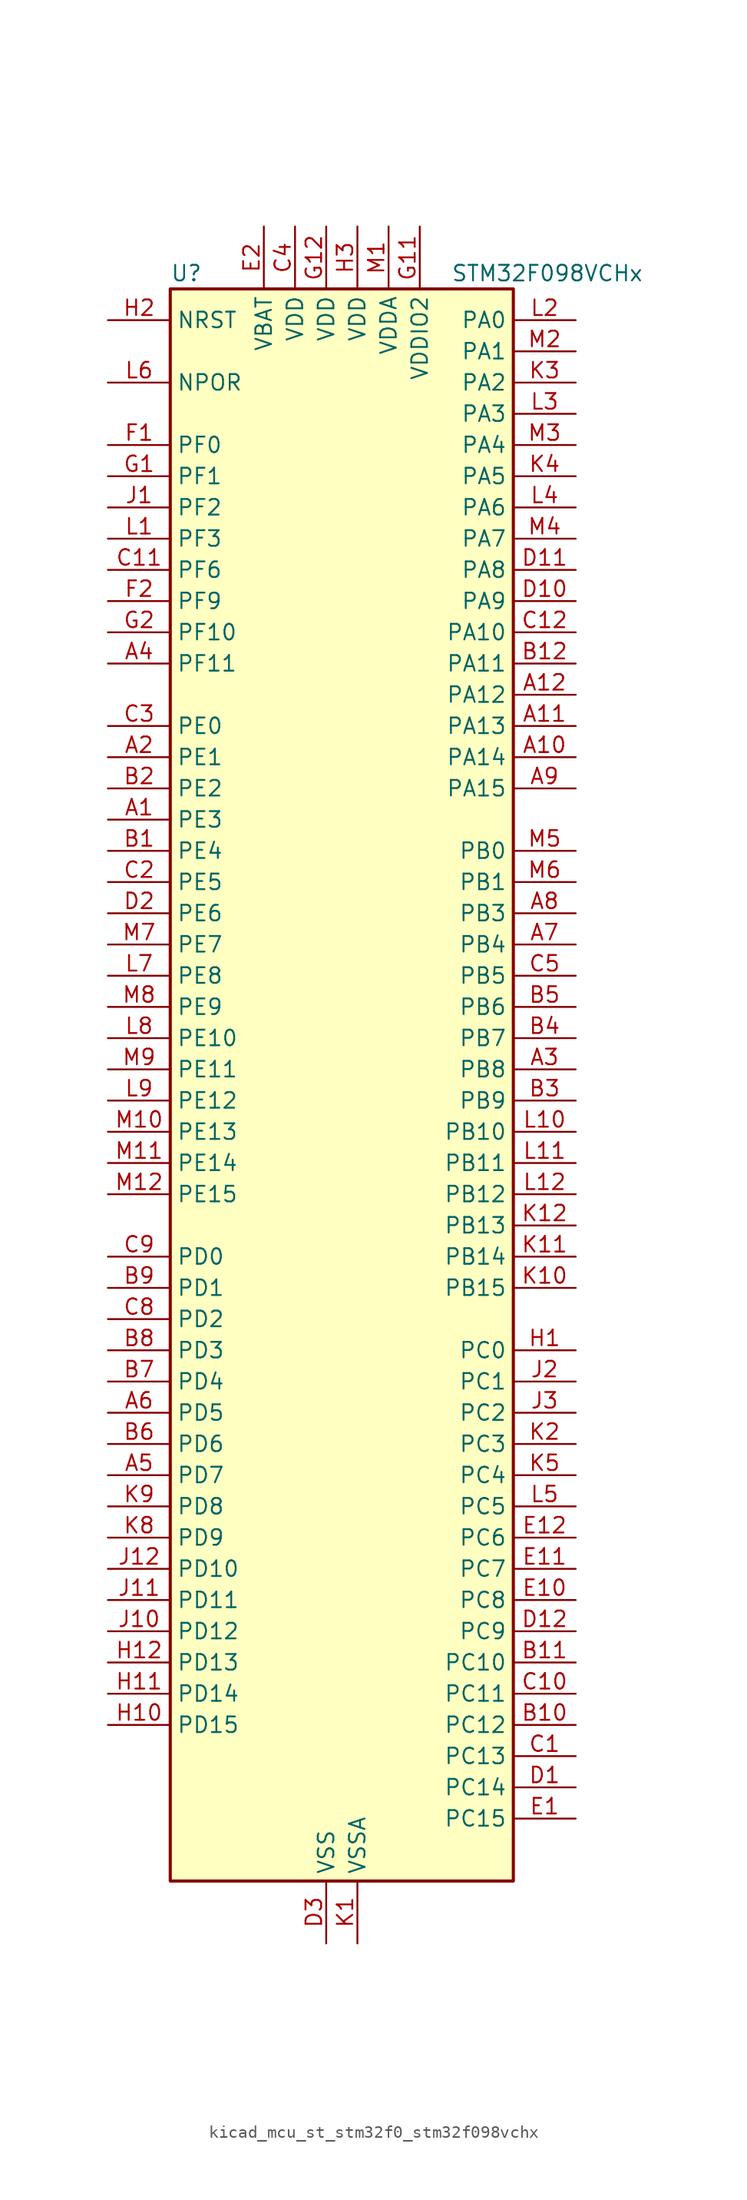
<source format=kicad_sym>
(kicad_symbol_lib
  (version 20220914)
  (generator kicad_symbol_editor)
  (symbol "kicad_mcu_st_stm32f0_stm32f098vchx"
    (property "Reference" "U"
      (at -12.7 67.31 0)
      (effects (font (size 1.27 1.27)) (justify left)))
    (property "Value" "STM32F098VCHx"
      (at 10.16 67.31 0)
      (effects (font (size 1.27 1.27)) (justify left)))
    (property "ki_locked" ""
      (at 0 0 0)
      (effects (font (size 1.27 1.27))))
    (symbol "kicad_mcu_st_stm32f0_stm32f098vchx_0_1"
      (rectangle (start -12.7 -63.5) (end 15.24 66.04) (stroke (width 0.254) (type default)) (fill (type background))))
    (symbol "kicad_mcu_st_stm32f0_stm32f098vchx_1_1"
      (pin bidirectional line (at -17.78 22.86 0) (length 5.08) (name "PE3" (effects (font (size 1.27 1.27)))) (number "A1" (effects (font (size 1.27 1.27)))) (alternate "TIM3_CH1" bidirectional line) (alternate "TSC_G7_IO2" bidirectional line))
      (pin bidirectional line (at 20.32 27.94 180) (length 5.08) (name "PA14" (effects (font (size 1.27 1.27)))) (number "A10" (effects (font (size 1.27 1.27)))) (alternate "SYS_SWCLK" bidirectional line) (alternate "USART2_TX" bidirectional line))
      (pin bidirectional line (at 20.32 30.48 180) (length 5.08) (name "PA13" (effects (font (size 1.27 1.27)))) (number "A11" (effects (font (size 1.27 1.27)))) (alternate "IR_OUT" bidirectional line) (alternate "SYS_SWDIO" bidirectional line))
      (pin bidirectional line (at 20.32 33.02 180) (length 5.08) (name "PA12" (effects (font (size 1.27 1.27)))) (number "A12" (effects (font (size 1.27 1.27)))) (alternate "CAN_TX" bidirectional line) (alternate "COMP2_OUT" bidirectional line) (alternate "I2C2_SDA" bidirectional line) (alternate "TIM1_ETR" bidirectional line) (alternate "TSC_G4_IO4" bidirectional line) (alternate "USART1_DE" bidirectional line) (alternate "USART1_RTS" bidirectional line))
      (pin bidirectional line (at -17.78 27.94 0) (length 5.08) (name "PE1" (effects (font (size 1.27 1.27)))) (number "A2" (effects (font (size 1.27 1.27)))) (alternate "TIM17_CH1" bidirectional line))
      (pin bidirectional line (at 20.32 2.54 180) (length 5.08) (name "PB8" (effects (font (size 1.27 1.27)))) (number "A3" (effects (font (size 1.27 1.27)))) (alternate "CAN_RX" bidirectional line) (alternate "CEC" bidirectional line) (alternate "I2C1_SCL" bidirectional line) (alternate "TIM16_CH1" bidirectional line) (alternate "TSC_SYNC" bidirectional line))
      (pin bidirectional line (at -17.78 35.56 0) (length 5.08) (name "PF11" (effects (font (size 1.27 1.27)))) (number "A4" (effects (font (size 1.27 1.27)))))
      (pin bidirectional line (at -17.78 -30.48 0) (length 5.08) (name "PD7" (effects (font (size 1.27 1.27)))) (number "A5" (effects (font (size 1.27 1.27)))) (alternate "USART2_CK" bidirectional line))
      (pin bidirectional line (at -17.78 -25.4 0) (length 5.08) (name "PD5" (effects (font (size 1.27 1.27)))) (number "A6" (effects (font (size 1.27 1.27)))) (alternate "USART2_TX" bidirectional line))
      (pin bidirectional line (at 20.32 12.7 180) (length 5.08) (name "PB4" (effects (font (size 1.27 1.27)))) (number "A7" (effects (font (size 1.27 1.27)))) (alternate "I2S1_MCK" bidirectional line) (alternate "SPI1_MISO" bidirectional line) (alternate "TIM17_BKIN" bidirectional line) (alternate "TIM3_CH1" bidirectional line) (alternate "TSC_G5_IO2" bidirectional line) (alternate "USART5_RX" bidirectional line))
      (pin bidirectional line (at 20.32 15.24 180) (length 5.08) (name "PB3" (effects (font (size 1.27 1.27)))) (number "A8" (effects (font (size 1.27 1.27)))) (alternate "I2S1_CK" bidirectional line) (alternate "SPI1_SCK" bidirectional line) (alternate "TIM2_CH2" bidirectional line) (alternate "TSC_G5_IO1" bidirectional line) (alternate "USART5_TX" bidirectional line))
      (pin bidirectional line (at 20.32 25.4 180) (length 5.08) (name "PA15" (effects (font (size 1.27 1.27)))) (number "A9" (effects (font (size 1.27 1.27)))) (alternate "I2S1_WS" bidirectional line) (alternate "SPI1_NSS" bidirectional line) (alternate "TIM2_CH1" bidirectional line) (alternate "TIM2_ETR" bidirectional line) (alternate "USART2_RX" bidirectional line) (alternate "USART4_DE" bidirectional line) (alternate "USART4_RTS" bidirectional line))
      (pin bidirectional line (at -17.78 20.32 0) (length 5.08) (name "PE4" (effects (font (size 1.27 1.27)))) (number "B1" (effects (font (size 1.27 1.27)))) (alternate "TIM3_CH2" bidirectional line) (alternate "TSC_G7_IO3" bidirectional line))
      (pin bidirectional line (at 20.32 -50.8 180) (length 5.08) (name "PC12" (effects (font (size 1.27 1.27)))) (number "B10" (effects (font (size 1.27 1.27)))) (alternate "USART3_CK" bidirectional line) (alternate "USART4_CK" bidirectional line) (alternate "USART5_TX" bidirectional line))
      (pin bidirectional line (at 20.32 -45.72 180) (length 5.08) (name "PC10" (effects (font (size 1.27 1.27)))) (number "B11" (effects (font (size 1.27 1.27)))) (alternate "USART3_TX" bidirectional line) (alternate "USART4_TX" bidirectional line))
      (pin bidirectional line (at 20.32 35.56 180) (length 5.08) (name "PA11" (effects (font (size 1.27 1.27)))) (number "B12" (effects (font (size 1.27 1.27)))) (alternate "CAN_RX" bidirectional line) (alternate "COMP1_OUT" bidirectional line) (alternate "I2C2_SCL" bidirectional line) (alternate "TIM1_CH4" bidirectional line) (alternate "TSC_G4_IO3" bidirectional line) (alternate "USART1_CTS" bidirectional line))
      (pin bidirectional line (at -17.78 25.4 0) (length 5.08) (name "PE2" (effects (font (size 1.27 1.27)))) (number "B2" (effects (font (size 1.27 1.27)))) (alternate "TIM3_ETR" bidirectional line) (alternate "TSC_G7_IO1" bidirectional line))
      (pin bidirectional line (at 20.32 0 180) (length 5.08) (name "PB9" (effects (font (size 1.27 1.27)))) (number "B3" (effects (font (size 1.27 1.27)))) (alternate "CAN_TX" bidirectional line) (alternate "DAC_EXTI9" bidirectional line) (alternate "I2C1_SDA" bidirectional line) (alternate "I2S2_WS" bidirectional line) (alternate "IR_OUT" bidirectional line) (alternate "SPI2_NSS" bidirectional line) (alternate "TIM17_CH1" bidirectional line))
      (pin bidirectional line (at 20.32 5.08 180) (length 5.08) (name "PB7" (effects (font (size 1.27 1.27)))) (number "B4" (effects (font (size 1.27 1.27)))) (alternate "I2C1_SDA" bidirectional line) (alternate "TIM17_CH1N" bidirectional line) (alternate "TSC_G5_IO4" bidirectional line) (alternate "USART1_RX" bidirectional line) (alternate "USART4_CTS" bidirectional line))
      (pin bidirectional line (at 20.32 7.62 180) (length 5.08) (name "PB6" (effects (font (size 1.27 1.27)))) (number "B5" (effects (font (size 1.27 1.27)))) (alternate "I2C1_SCL" bidirectional line) (alternate "TIM16_CH1N" bidirectional line) (alternate "TSC_G5_IO3" bidirectional line) (alternate "USART1_TX" bidirectional line))
      (pin bidirectional line (at -17.78 -27.94 0) (length 5.08) (name "PD6" (effects (font (size 1.27 1.27)))) (number "B6" (effects (font (size 1.27 1.27)))) (alternate "USART2_RX" bidirectional line))
      (pin bidirectional line (at -17.78 -22.86 0) (length 5.08) (name "PD4" (effects (font (size 1.27 1.27)))) (number "B7" (effects (font (size 1.27 1.27)))) (alternate "I2S2_SD" bidirectional line) (alternate "SPI2_MOSI" bidirectional line) (alternate "USART2_DE" bidirectional line) (alternate "USART2_RTS" bidirectional line))
      (pin bidirectional line (at -17.78 -20.32 0) (length 5.08) (name "PD3" (effects (font (size 1.27 1.27)))) (number "B8" (effects (font (size 1.27 1.27)))) (alternate "I2S2_MCK" bidirectional line) (alternate "SPI2_MISO" bidirectional line) (alternate "USART2_CTS" bidirectional line))
      (pin bidirectional line (at -17.78 -15.24 0) (length 5.08) (name "PD1" (effects (font (size 1.27 1.27)))) (number "B9" (effects (font (size 1.27 1.27)))) (alternate "CAN_TX" bidirectional line) (alternate "I2S2_CK" bidirectional line) (alternate "SPI2_SCK" bidirectional line))
      (pin bidirectional line (at 20.32 -53.34 180) (length 5.08) (name "PC13" (effects (font (size 1.27 1.27)))) (number "C1" (effects (font (size 1.27 1.27)))) (alternate "RTC_OUT_ALARM" bidirectional line) (alternate "RTC_OUT_CALIB" bidirectional line) (alternate "RTC_TAMP1" bidirectional line) (alternate "RTC_TS" bidirectional line) (alternate "SYS_WKUP2" bidirectional line))
      (pin bidirectional line (at 20.32 -48.26 180) (length 5.08) (name "PC11" (effects (font (size 1.27 1.27)))) (number "C10" (effects (font (size 1.27 1.27)))) (alternate "USART3_RX" bidirectional line) (alternate "USART4_RX" bidirectional line))
      (pin bidirectional line (at -17.78 43.18 0) (length 5.08) (name "PF6" (effects (font (size 1.27 1.27)))) (number "C11" (effects (font (size 1.27 1.27)))))
      (pin bidirectional line (at 20.32 38.1 180) (length 5.08) (name "PA10" (effects (font (size 1.27 1.27)))) (number "C12" (effects (font (size 1.27 1.27)))) (alternate "I2C1_SDA" bidirectional line) (alternate "TIM17_BKIN" bidirectional line) (alternate "TIM1_CH3" bidirectional line) (alternate "TSC_G4_IO2" bidirectional line) (alternate "USART1_RX" bidirectional line))
      (pin bidirectional line (at -17.78 17.78 0) (length 5.08) (name "PE5" (effects (font (size 1.27 1.27)))) (number "C2" (effects (font (size 1.27 1.27)))) (alternate "TIM3_CH3" bidirectional line) (alternate "TSC_G7_IO4" bidirectional line))
      (pin bidirectional line (at -17.78 30.48 0) (length 5.08) (name "PE0" (effects (font (size 1.27 1.27)))) (number "C3" (effects (font (size 1.27 1.27)))) (alternate "TIM16_CH1" bidirectional line))
      (pin power_in line (at -2.54 71.12 270) (length 5.08) (name "VDD" (effects (font (size 1.27 1.27)))) (number "C4" (effects (font (size 1.27 1.27)))))
      (pin bidirectional line (at 20.32 10.16 180) (length 5.08) (name "PB5" (effects (font (size 1.27 1.27)))) (number "C5" (effects (font (size 1.27 1.27)))) (alternate "I2C1_SMBA" bidirectional line) (alternate "I2S1_SD" bidirectional line) (alternate "SPI1_MOSI" bidirectional line) (alternate "SYS_WKUP6" bidirectional line) (alternate "TIM16_BKIN" bidirectional line) (alternate "TIM3_CH2" bidirectional line) (alternate "USART5_CK" bidirectional line) (alternate "USART5_DE" bidirectional line) (alternate "USART5_RTS" bidirectional line))
      (pin bidirectional line (at -17.78 -17.78 0) (length 5.08) (name "PD2" (effects (font (size 1.27 1.27)))) (number "C8" (effects (font (size 1.27 1.27)))) (alternate "TIM3_ETR" bidirectional line) (alternate "USART3_DE" bidirectional line) (alternate "USART3_RTS" bidirectional line) (alternate "USART5_RX" bidirectional line))
      (pin bidirectional line (at -17.78 -12.7 0) (length 5.08) (name "PD0" (effects (font (size 1.27 1.27)))) (number "C9" (effects (font (size 1.27 1.27)))) (alternate "CAN_RX" bidirectional line) (alternate "I2S2_WS" bidirectional line) (alternate "SPI2_NSS" bidirectional line))
      (pin bidirectional line (at 20.32 -55.88 180) (length 5.08) (name "PC14" (effects (font (size 1.27 1.27)))) (number "D1" (effects (font (size 1.27 1.27)))) (alternate "RCC_OSC32_IN" bidirectional line))
      (pin bidirectional line (at 20.32 40.64 180) (length 5.08) (name "PA9" (effects (font (size 1.27 1.27)))) (number "D10" (effects (font (size 1.27 1.27)))) (alternate "DAC_EXTI9" bidirectional line) (alternate "I2C1_SCL" bidirectional line) (alternate "RCC_MCO" bidirectional line) (alternate "TIM15_BKIN" bidirectional line) (alternate "TIM1_CH2" bidirectional line) (alternate "TSC_G4_IO1" bidirectional line) (alternate "USART1_TX" bidirectional line))
      (pin bidirectional line (at 20.32 43.18 180) (length 5.08) (name "PA8" (effects (font (size 1.27 1.27)))) (number "D11" (effects (font (size 1.27 1.27)))) (alternate "CRS_SYNC" bidirectional line) (alternate "RCC_MCO" bidirectional line) (alternate "TIM1_CH1" bidirectional line) (alternate "USART1_CK" bidirectional line))
      (pin bidirectional line (at 20.32 -43.18 180) (length 5.08) (name "PC9" (effects (font (size 1.27 1.27)))) (number "D12" (effects (font (size 1.27 1.27)))) (alternate "DAC_EXTI9" bidirectional line) (alternate "TIM3_CH4" bidirectional line) (alternate "USART8_RX" bidirectional line))
      (pin bidirectional line (at -17.78 15.24 0) (length 5.08) (name "PE6" (effects (font (size 1.27 1.27)))) (number "D2" (effects (font (size 1.27 1.27)))) (alternate "RTC_TAMP3" bidirectional line) (alternate "SYS_WKUP3" bidirectional line) (alternate "TIM3_CH4" bidirectional line))
      (pin power_in line (at 0 -68.58 90) (length 5.08) (name "VSS" (effects (font (size 1.27 1.27)))) (number "D3" (effects (font (size 1.27 1.27)))))
      (pin bidirectional line (at 20.32 -58.42 180) (length 5.08) (name "PC15" (effects (font (size 1.27 1.27)))) (number "E1" (effects (font (size 1.27 1.27)))) (alternate "RCC_OSC32_OUT" bidirectional line))
      (pin bidirectional line (at 20.32 -40.64 180) (length 5.08) (name "PC8" (effects (font (size 1.27 1.27)))) (number "E10" (effects (font (size 1.27 1.27)))) (alternate "TIM3_CH3" bidirectional line) (alternate "USART8_TX" bidirectional line))
      (pin bidirectional line (at 20.32 -38.1 180) (length 5.08) (name "PC7" (effects (font (size 1.27 1.27)))) (number "E11" (effects (font (size 1.27 1.27)))) (alternate "TIM3_CH2" bidirectional line) (alternate "USART7_RX" bidirectional line))
      (pin bidirectional line (at 20.32 -35.56 180) (length 5.08) (name "PC6" (effects (font (size 1.27 1.27)))) (number "E12" (effects (font (size 1.27 1.27)))) (alternate "TIM3_CH1" bidirectional line) (alternate "USART7_TX" bidirectional line))
      (pin power_in line (at -5.08 71.12 270) (length 5.08) (name "VBAT" (effects (font (size 1.27 1.27)))) (number "E2" (effects (font (size 1.27 1.27)))))
      (pin no_connect line (at -12.7 -63.5 0) (length 5.08) hide (name "NC" (effects (font (size 1.27 1.27)))) (number "E3" (effects (font (size 1.27 1.27)))))
      (pin bidirectional line (at -17.78 53.34 0) (length 5.08) (name "PF0" (effects (font (size 1.27 1.27)))) (number "F1" (effects (font (size 1.27 1.27)))) (alternate "CRS_SYNC" bidirectional line) (alternate "I2C1_SDA" bidirectional line) (alternate "RCC_OSC_IN" bidirectional line))
      (pin passive line (at 0 -68.58 90) (length 5.08) hide (name "VSS" (effects (font (size 1.27 1.27)))) (number "F11" (effects (font (size 1.27 1.27)))))
      (pin passive line (at 0 -68.58 90) (length 5.08) hide (name "VSS" (effects (font (size 1.27 1.27)))) (number "F12" (effects (font (size 1.27 1.27)))))
      (pin bidirectional line (at -17.78 40.64 0) (length 5.08) (name "PF9" (effects (font (size 1.27 1.27)))) (number "F2" (effects (font (size 1.27 1.27)))) (alternate "DAC_EXTI9" bidirectional line) (alternate "TIM15_CH1" bidirectional line) (alternate "USART6_TX" bidirectional line))
      (pin bidirectional line (at -17.78 50.8 0) (length 5.08) (name "PF1" (effects (font (size 1.27 1.27)))) (number "G1" (effects (font (size 1.27 1.27)))) (alternate "I2C1_SCL" bidirectional line) (alternate "RCC_OSC_OUT" bidirectional line))
      (pin power_in line (at 7.62 71.12 270) (length 5.08) (name "VDDIO2" (effects (font (size 1.27 1.27)))) (number "G11" (effects (font (size 1.27 1.27)))))
      (pin power_in line (at 0 71.12 270) (length 5.08) (name "VDD" (effects (font (size 1.27 1.27)))) (number "G12" (effects (font (size 1.27 1.27)))))
      (pin bidirectional line (at -17.78 38.1 0) (length 5.08) (name "PF10" (effects (font (size 1.27 1.27)))) (number "G2" (effects (font (size 1.27 1.27)))) (alternate "TIM15_CH2" bidirectional line) (alternate "USART6_RX" bidirectional line))
      (pin bidirectional line (at 20.32 -20.32 180) (length 5.08) (name "PC0" (effects (font (size 1.27 1.27)))) (number "H1" (effects (font (size 1.27 1.27)))) (alternate "ADC_IN10" bidirectional line) (alternate "USART6_TX" bidirectional line) (alternate "USART7_TX" bidirectional line))
      (pin bidirectional line (at -17.78 -50.8 0) (length 5.08) (name "PD15" (effects (font (size 1.27 1.27)))) (number "H10" (effects (font (size 1.27 1.27)))) (alternate "CRS_SYNC" bidirectional line) (alternate "TSC_G8_IO4" bidirectional line) (alternate "USART7_CK" bidirectional line) (alternate "USART7_DE" bidirectional line) (alternate "USART7_RTS" bidirectional line))
      (pin bidirectional line (at -17.78 -48.26 0) (length 5.08) (name "PD14" (effects (font (size 1.27 1.27)))) (number "H11" (effects (font (size 1.27 1.27)))) (alternate "TSC_G8_IO3" bidirectional line) (alternate "USART8_RX" bidirectional line))
      (pin bidirectional line (at -17.78 -45.72 0) (length 5.08) (name "PD13" (effects (font (size 1.27 1.27)))) (number "H12" (effects (font (size 1.27 1.27)))) (alternate "TSC_G8_IO2" bidirectional line) (alternate "USART8_TX" bidirectional line))
      (pin input line (at -17.78 63.5 0) (length 5.08) (name "NRST" (effects (font (size 1.27 1.27)))) (number "H2" (effects (font (size 1.27 1.27)))))
      (pin power_in line (at 2.54 71.12 270) (length 5.08) (name "VDD" (effects (font (size 1.27 1.27)))) (number "H3" (effects (font (size 1.27 1.27)))))
      (pin bidirectional line (at -17.78 48.26 0) (length 5.08) (name "PF2" (effects (font (size 1.27 1.27)))) (number "J1" (effects (font (size 1.27 1.27)))) (alternate "SYS_WKUP8" bidirectional line) (alternate "USART7_CK" bidirectional line) (alternate "USART7_DE" bidirectional line) (alternate "USART7_RTS" bidirectional line) (alternate "USART7_TX" bidirectional line))
      (pin bidirectional line (at -17.78 -43.18 0) (length 5.08) (name "PD12" (effects (font (size 1.27 1.27)))) (number "J10" (effects (font (size 1.27 1.27)))) (alternate "TSC_G8_IO1" bidirectional line) (alternate "USART3_DE" bidirectional line) (alternate "USART3_RTS" bidirectional line) (alternate "USART8_CK" bidirectional line) (alternate "USART8_DE" bidirectional line) (alternate "USART8_RTS" bidirectional line))
      (pin bidirectional line (at -17.78 -40.64 0) (length 5.08) (name "PD11" (effects (font (size 1.27 1.27)))) (number "J11" (effects (font (size 1.27 1.27)))) (alternate "USART3_CTS" bidirectional line))
      (pin bidirectional line (at -17.78 -38.1 0) (length 5.08) (name "PD10" (effects (font (size 1.27 1.27)))) (number "J12" (effects (font (size 1.27 1.27)))) (alternate "USART3_CK" bidirectional line))
      (pin bidirectional line (at 20.32 -22.86 180) (length 5.08) (name "PC1" (effects (font (size 1.27 1.27)))) (number "J2" (effects (font (size 1.27 1.27)))) (alternate "ADC_IN11" bidirectional line) (alternate "USART6_RX" bidirectional line) (alternate "USART7_RX" bidirectional line))
      (pin bidirectional line (at 20.32 -25.4 180) (length 5.08) (name "PC2" (effects (font (size 1.27 1.27)))) (number "J3" (effects (font (size 1.27 1.27)))) (alternate "ADC_IN12" bidirectional line) (alternate "I2S2_MCK" bidirectional line) (alternate "SPI2_MISO" bidirectional line) (alternate "USART8_TX" bidirectional line))
      (pin power_in line (at 2.54 -68.58 90) (length 5.08) (name "VSSA" (effects (font (size 1.27 1.27)))) (number "K1" (effects (font (size 1.27 1.27)))))
      (pin bidirectional line (at 20.32 -15.24 180) (length 5.08) (name "PB15" (effects (font (size 1.27 1.27)))) (number "K10" (effects (font (size 1.27 1.27)))) (alternate "I2S2_SD" bidirectional line) (alternate "RTC_REFIN" bidirectional line) (alternate "SPI2_MOSI" bidirectional line) (alternate "SYS_WKUP7" bidirectional line) (alternate "TIM15_CH1N" bidirectional line) (alternate "TIM15_CH2" bidirectional line) (alternate "TIM1_CH3N" bidirectional line))
      (pin bidirectional line (at 20.32 -12.7 180) (length 5.08) (name "PB14" (effects (font (size 1.27 1.27)))) (number "K11" (effects (font (size 1.27 1.27)))) (alternate "I2C2_SDA" bidirectional line) (alternate "I2S2_MCK" bidirectional line) (alternate "SPI2_MISO" bidirectional line) (alternate "TIM15_CH1" bidirectional line) (alternate "TIM1_CH2N" bidirectional line) (alternate "TSC_G6_IO4" bidirectional line) (alternate "USART3_DE" bidirectional line) (alternate "USART3_RTS" bidirectional line))
      (pin bidirectional line (at 20.32 -10.16 180) (length 5.08) (name "PB13" (effects (font (size 1.27 1.27)))) (number "K12" (effects (font (size 1.27 1.27)))) (alternate "I2C2_SCL" bidirectional line) (alternate "I2S2_CK" bidirectional line) (alternate "SPI2_SCK" bidirectional line) (alternate "TIM1_CH1N" bidirectional line) (alternate "TSC_G6_IO3" bidirectional line) (alternate "USART3_CTS" bidirectional line))
      (pin bidirectional line (at 20.32 -27.94 180) (length 5.08) (name "PC3" (effects (font (size 1.27 1.27)))) (number "K2" (effects (font (size 1.27 1.27)))) (alternate "ADC_IN13" bidirectional line) (alternate "I2S2_SD" bidirectional line) (alternate "SPI2_MOSI" bidirectional line) (alternate "USART8_RX" bidirectional line))
      (pin bidirectional line (at 20.32 58.42 180) (length 5.08) (name "PA2" (effects (font (size 1.27 1.27)))) (number "K3" (effects (font (size 1.27 1.27)))) (alternate "ADC_IN2" bidirectional line) (alternate "COMP2_INM" bidirectional line) (alternate "COMP2_OUT" bidirectional line) (alternate "SYS_WKUP4" bidirectional line) (alternate "TIM15_CH1" bidirectional line) (alternate "TIM2_CH3" bidirectional line) (alternate "TSC_G1_IO3" bidirectional line) (alternate "USART2_TX" bidirectional line))
      (pin bidirectional line (at 20.32 50.8 180) (length 5.08) (name "PA5" (effects (font (size 1.27 1.27)))) (number "K4" (effects (font (size 1.27 1.27)))) (alternate "ADC_IN5" bidirectional line) (alternate "CEC" bidirectional line) (alternate "COMP1_INM" bidirectional line) (alternate "COMP2_INM" bidirectional line) (alternate "DAC_OUT2" bidirectional line) (alternate "I2S1_CK" bidirectional line) (alternate "SPI1_SCK" bidirectional line) (alternate "TIM2_CH1" bidirectional line) (alternate "TIM2_ETR" bidirectional line) (alternate "TSC_G2_IO2" bidirectional line) (alternate "USART6_RX" bidirectional line))
      (pin bidirectional line (at 20.32 -30.48 180) (length 5.08) (name "PC4" (effects (font (size 1.27 1.27)))) (number "K5" (effects (font (size 1.27 1.27)))) (alternate "ADC_IN14" bidirectional line) (alternate "USART3_TX" bidirectional line))
      (pin bidirectional line (at -17.78 -35.56 0) (length 5.08) (name "PD9" (effects (font (size 1.27 1.27)))) (number "K8" (effects (font (size 1.27 1.27)))) (alternate "DAC_EXTI9" bidirectional line) (alternate "USART3_RX" bidirectional line))
      (pin bidirectional line (at -17.78 -33.02 0) (length 5.08) (name "PD8" (effects (font (size 1.27 1.27)))) (number "K9" (effects (font (size 1.27 1.27)))) (alternate "USART3_TX" bidirectional line))
      (pin bidirectional line (at -17.78 45.72 0) (length 5.08) (name "PF3" (effects (font (size 1.27 1.27)))) (number "L1" (effects (font (size 1.27 1.27)))) (alternate "USART6_CK" bidirectional line) (alternate "USART6_DE" bidirectional line) (alternate "USART6_RTS" bidirectional line) (alternate "USART7_RX" bidirectional line))
      (pin bidirectional line (at 20.32 -2.54 180) (length 5.08) (name "PB10" (effects (font (size 1.27 1.27)))) (number "L10" (effects (font (size 1.27 1.27)))) (alternate "CEC" bidirectional line) (alternate "I2C2_SCL" bidirectional line) (alternate "I2S2_CK" bidirectional line) (alternate "SPI2_SCK" bidirectional line) (alternate "TIM2_CH3" bidirectional line) (alternate "TSC_SYNC" bidirectional line) (alternate "USART3_TX" bidirectional line))
      (pin bidirectional line (at 20.32 -5.08 180) (length 5.08) (name "PB11" (effects (font (size 1.27 1.27)))) (number "L11" (effects (font (size 1.27 1.27)))) (alternate "I2C2_SDA" bidirectional line) (alternate "TIM2_CH4" bidirectional line) (alternate "TSC_G6_IO1" bidirectional line) (alternate "USART3_RX" bidirectional line))
      (pin bidirectional line (at 20.32 -7.62 180) (length 5.08) (name "PB12" (effects (font (size 1.27 1.27)))) (number "L12" (effects (font (size 1.27 1.27)))) (alternate "I2S2_WS" bidirectional line) (alternate "SPI2_NSS" bidirectional line) (alternate "TIM15_BKIN" bidirectional line) (alternate "TIM1_BKIN" bidirectional line) (alternate "TSC_G6_IO2" bidirectional line) (alternate "USART3_CK" bidirectional line))
      (pin bidirectional line (at 20.32 63.5 180) (length 5.08) (name "PA0" (effects (font (size 1.27 1.27)))) (number "L2" (effects (font (size 1.27 1.27)))) (alternate "ADC_IN0" bidirectional line) (alternate "COMP1_INM" bidirectional line) (alternate "COMP1_OUT" bidirectional line) (alternate "RTC_TAMP2" bidirectional line) (alternate "SYS_WKUP1" bidirectional line) (alternate "TIM2_CH1" bidirectional line) (alternate "TIM2_ETR" bidirectional line) (alternate "TSC_G1_IO1" bidirectional line) (alternate "USART2_CTS" bidirectional line) (alternate "USART4_TX" bidirectional line))
      (pin bidirectional line (at 20.32 55.88 180) (length 5.08) (name "PA3" (effects (font (size 1.27 1.27)))) (number "L3" (effects (font (size 1.27 1.27)))) (alternate "ADC_IN3" bidirectional line) (alternate "COMP2_INP" bidirectional line) (alternate "TIM15_CH2" bidirectional line) (alternate "TIM2_CH4" bidirectional line) (alternate "TSC_G1_IO4" bidirectional line) (alternate "USART2_RX" bidirectional line))
      (pin bidirectional line (at 20.32 48.26 180) (length 5.08) (name "PA6" (effects (font (size 1.27 1.27)))) (number "L4" (effects (font (size 1.27 1.27)))) (alternate "ADC_IN6" bidirectional line) (alternate "COMP1_OUT" bidirectional line) (alternate "I2S1_MCK" bidirectional line) (alternate "SPI1_MISO" bidirectional line) (alternate "TIM16_CH1" bidirectional line) (alternate "TIM1_BKIN" bidirectional line) (alternate "TIM3_CH1" bidirectional line) (alternate "TSC_G2_IO3" bidirectional line) (alternate "USART3_CTS" bidirectional line))
      (pin bidirectional line (at 20.32 -33.02 180) (length 5.08) (name "PC5" (effects (font (size 1.27 1.27)))) (number "L5" (effects (font (size 1.27 1.27)))) (alternate "ADC_IN15" bidirectional line) (alternate "SYS_WKUP5" bidirectional line) (alternate "TSC_G3_IO1" bidirectional line) (alternate "USART3_RX" bidirectional line))
      (pin input line (at -17.78 58.42 0) (length 5.08) (name "NPOR" (effects (font (size 1.27 1.27)))) (number "L6" (effects (font (size 1.27 1.27)))))
      (pin bidirectional line (at -17.78 10.16 0) (length 5.08) (name "PE8" (effects (font (size 1.27 1.27)))) (number "L7" (effects (font (size 1.27 1.27)))) (alternate "TIM1_CH1N" bidirectional line) (alternate "USART4_TX" bidirectional line))
      (pin bidirectional line (at -17.78 5.08 0) (length 5.08) (name "PE10" (effects (font (size 1.27 1.27)))) (number "L8" (effects (font (size 1.27 1.27)))) (alternate "TIM1_CH2N" bidirectional line) (alternate "USART5_TX" bidirectional line))
      (pin bidirectional line (at -17.78 0 0) (length 5.08) (name "PE12" (effects (font (size 1.27 1.27)))) (number "L9" (effects (font (size 1.27 1.27)))) (alternate "I2S1_WS" bidirectional line) (alternate "SPI1_NSS" bidirectional line) (alternate "TIM1_CH3N" bidirectional line))
      (pin power_in line (at 5.08 71.12 270) (length 5.08) (name "VDDA" (effects (font (size 1.27 1.27)))) (number "M1" (effects (font (size 1.27 1.27)))))
      (pin bidirectional line (at -17.78 -2.54 0) (length 5.08) (name "PE13" (effects (font (size 1.27 1.27)))) (number "M10" (effects (font (size 1.27 1.27)))) (alternate "I2S1_CK" bidirectional line) (alternate "SPI1_SCK" bidirectional line) (alternate "TIM1_CH3" bidirectional line))
      (pin bidirectional line (at -17.78 -5.08 0) (length 5.08) (name "PE14" (effects (font (size 1.27 1.27)))) (number "M11" (effects (font (size 1.27 1.27)))) (alternate "I2S1_MCK" bidirectional line) (alternate "SPI1_MISO" bidirectional line) (alternate "TIM1_CH4" bidirectional line))
      (pin bidirectional line (at -17.78 -7.62 0) (length 5.08) (name "PE15" (effects (font (size 1.27 1.27)))) (number "M12" (effects (font (size 1.27 1.27)))) (alternate "I2S1_SD" bidirectional line) (alternate "SPI1_MOSI" bidirectional line) (alternate "TIM1_BKIN" bidirectional line))
      (pin bidirectional line (at 20.32 60.96 180) (length 5.08) (name "PA1" (effects (font (size 1.27 1.27)))) (number "M2" (effects (font (size 1.27 1.27)))) (alternate "ADC_IN1" bidirectional line) (alternate "COMP1_INP" bidirectional line) (alternate "TIM15_CH1N" bidirectional line) (alternate "TIM2_CH2" bidirectional line) (alternate "TSC_G1_IO2" bidirectional line) (alternate "USART2_DE" bidirectional line) (alternate "USART2_RTS" bidirectional line) (alternate "USART4_RX" bidirectional line))
      (pin bidirectional line (at 20.32 53.34 180) (length 5.08) (name "PA4" (effects (font (size 1.27 1.27)))) (number "M3" (effects (font (size 1.27 1.27)))) (alternate "ADC_IN4" bidirectional line) (alternate "COMP1_INM" bidirectional line) (alternate "COMP2_INM" bidirectional line) (alternate "DAC_OUT1" bidirectional line) (alternate "I2S1_WS" bidirectional line) (alternate "SPI1_NSS" bidirectional line) (alternate "TIM14_CH1" bidirectional line) (alternate "TSC_G2_IO1" bidirectional line) (alternate "USART2_CK" bidirectional line) (alternate "USART6_TX" bidirectional line))
      (pin bidirectional line (at 20.32 45.72 180) (length 5.08) (name "PA7" (effects (font (size 1.27 1.27)))) (number "M4" (effects (font (size 1.27 1.27)))) (alternate "ADC_IN7" bidirectional line) (alternate "COMP2_OUT" bidirectional line) (alternate "I2S1_SD" bidirectional line) (alternate "SPI1_MOSI" bidirectional line) (alternate "TIM14_CH1" bidirectional line) (alternate "TIM17_CH1" bidirectional line) (alternate "TIM1_CH1N" bidirectional line) (alternate "TIM3_CH2" bidirectional line) (alternate "TSC_G2_IO4" bidirectional line))
      (pin bidirectional line (at 20.32 20.32 180) (length 5.08) (name "PB0" (effects (font (size 1.27 1.27)))) (number "M5" (effects (font (size 1.27 1.27)))) (alternate "ADC_IN8" bidirectional line) (alternate "TIM1_CH2N" bidirectional line) (alternate "TIM3_CH3" bidirectional line) (alternate "TSC_G3_IO2" bidirectional line) (alternate "USART3_CK" bidirectional line))
      (pin bidirectional line (at 20.32 17.78 180) (length 5.08) (name "PB1" (effects (font (size 1.27 1.27)))) (number "M6" (effects (font (size 1.27 1.27)))) (alternate "ADC_IN9" bidirectional line) (alternate "TIM14_CH1" bidirectional line) (alternate "TIM1_CH3N" bidirectional line) (alternate "TIM3_CH4" bidirectional line) (alternate "TSC_G3_IO3" bidirectional line) (alternate "USART3_DE" bidirectional line) (alternate "USART3_RTS" bidirectional line))
      (pin bidirectional line (at -17.78 12.7 0) (length 5.08) (name "PE7" (effects (font (size 1.27 1.27)))) (number "M7" (effects (font (size 1.27 1.27)))) (alternate "TIM1_ETR" bidirectional line) (alternate "USART5_CK" bidirectional line) (alternate "USART5_DE" bidirectional line) (alternate "USART5_RTS" bidirectional line))
      (pin bidirectional line (at -17.78 7.62 0) (length 5.08) (name "PE9" (effects (font (size 1.27 1.27)))) (number "M8" (effects (font (size 1.27 1.27)))) (alternate "DAC_EXTI9" bidirectional line) (alternate "TIM1_CH1" bidirectional line) (alternate "USART4_RX" bidirectional line))
      (pin bidirectional line (at -17.78 2.54 0) (length 5.08) (name "PE11" (effects (font (size 1.27 1.27)))) (number "M9" (effects (font (size 1.27 1.27)))) (alternate "TIM1_CH2" bidirectional line) (alternate "USART5_RX" bidirectional line)))))
</source>
